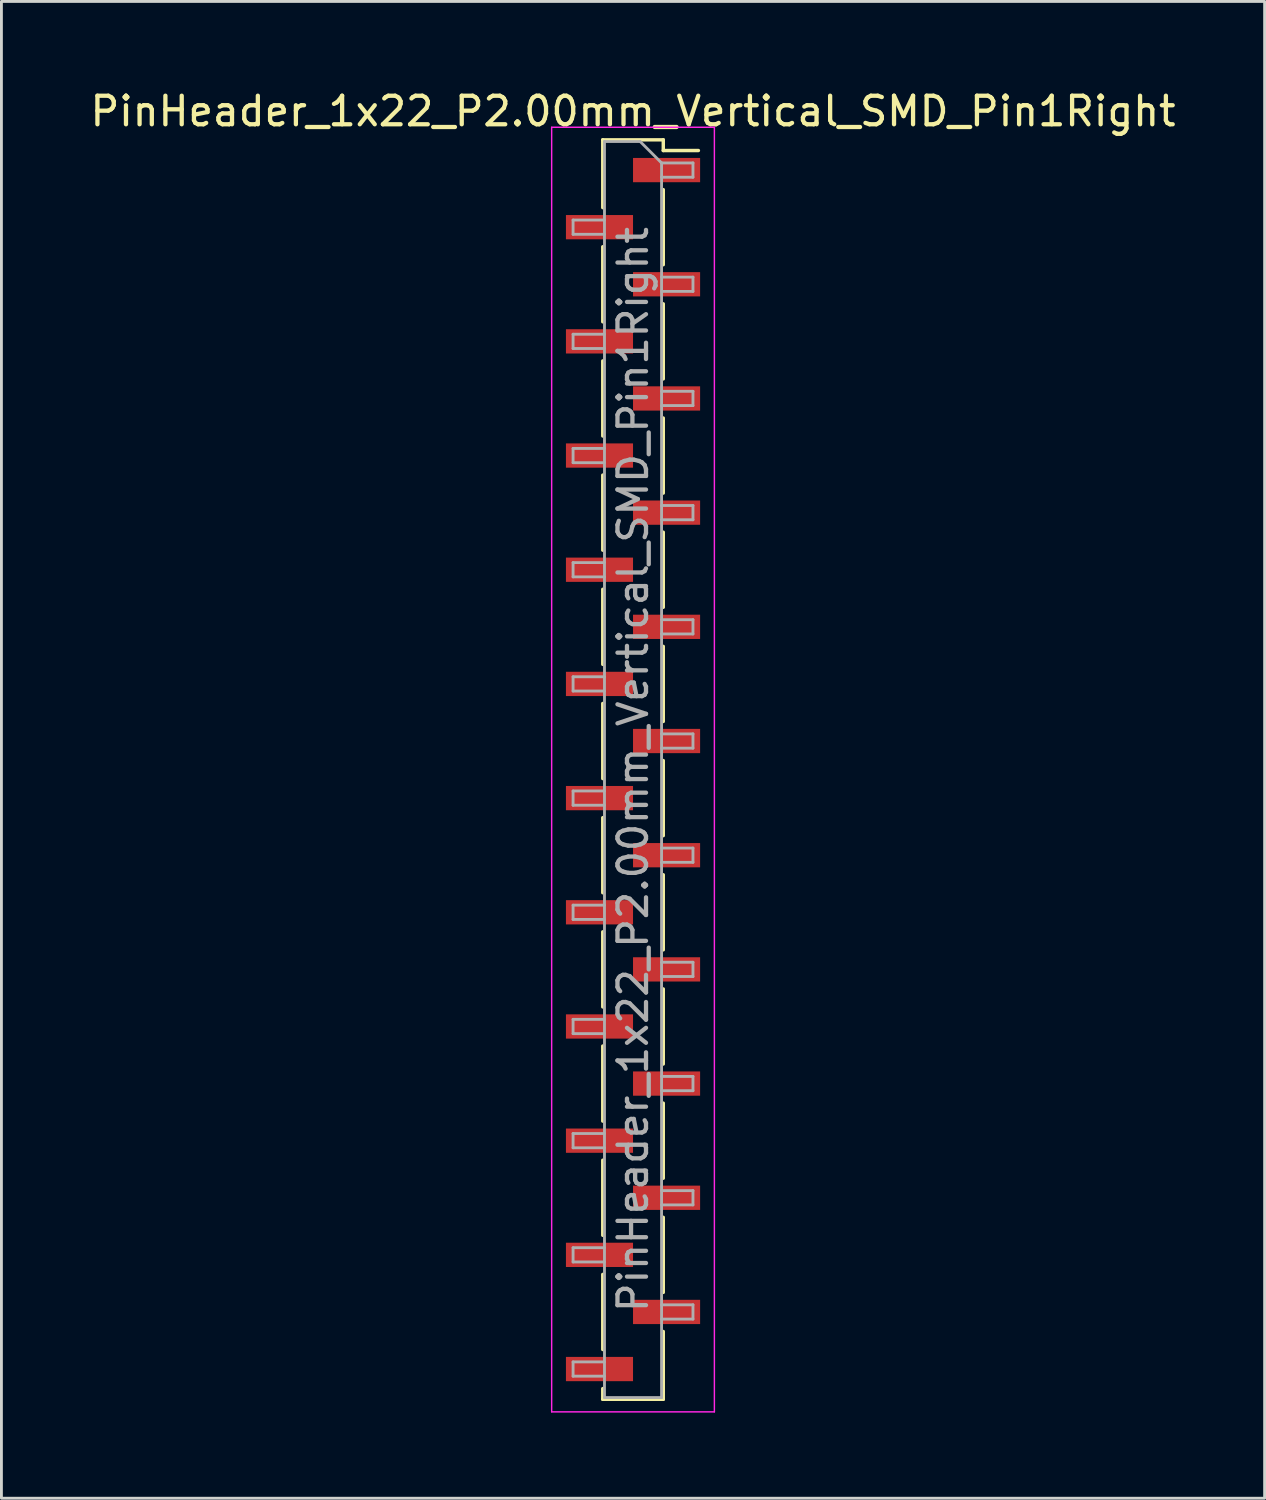
<source format=kicad_pcb>
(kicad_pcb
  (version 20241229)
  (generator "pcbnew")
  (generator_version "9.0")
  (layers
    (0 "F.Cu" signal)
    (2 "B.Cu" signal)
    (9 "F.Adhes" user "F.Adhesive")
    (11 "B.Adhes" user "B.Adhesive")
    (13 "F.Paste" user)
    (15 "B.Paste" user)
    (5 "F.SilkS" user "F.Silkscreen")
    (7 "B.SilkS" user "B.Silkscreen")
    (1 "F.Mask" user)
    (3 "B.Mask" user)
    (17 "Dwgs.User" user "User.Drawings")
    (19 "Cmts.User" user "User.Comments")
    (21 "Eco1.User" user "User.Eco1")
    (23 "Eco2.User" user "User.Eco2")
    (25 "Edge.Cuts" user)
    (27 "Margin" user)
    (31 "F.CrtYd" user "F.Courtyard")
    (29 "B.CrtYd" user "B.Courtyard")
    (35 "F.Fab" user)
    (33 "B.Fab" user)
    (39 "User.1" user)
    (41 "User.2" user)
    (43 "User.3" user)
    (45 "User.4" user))
  (footprint "PinHeader_1x22_P2.00mm_Vertical_SMD_Pin1Right"
    (layer "F.Cu")
    (at 19.125 23.908)
    (property "Reference" "PinHeader_1x22_P2.00mm_Vertical_SMD_Pin1Right" (at 0 -23.06 0) (layer "F.SilkS") (effects (font (size 1 1) (thickness 0.15))))
    (attr smd)
    (fp_line (start -1.06 -22.06) (end -1.06 -19.685) (stroke (width 0.12) (type solid)) (layer "F.SilkS"))
    (fp_line (start -1.06 -22.06) (end 1.06 -22.06) (stroke (width 0.12) (type solid)) (layer "F.SilkS"))
    (fp_line (start -1.06 -18.315) (end -1.06 -15.685) (stroke (width 0.12) (type solid)) (layer "F.SilkS"))
    (fp_line (start -1.06 -14.315) (end -1.06 -11.685) (stroke (width 0.12) (type solid)) (layer "F.SilkS"))
    (fp_line (start -1.06 -10.315) (end -1.06 -7.685) (stroke (width 0.12) (type solid)) (layer "F.SilkS"))
    (fp_line (start -1.06 -6.315) (end -1.06 -3.685) (stroke (width 0.12) (type solid)) (layer "F.SilkS"))
    (fp_line (start -1.06 -2.315) (end -1.06 0.315) (stroke (width 0.12) (type solid)) (layer "F.SilkS"))
    (fp_line (start -1.06 1.685) (end -1.06 4.315) (stroke (width 0.12) (type solid)) (layer "F.SilkS"))
    (fp_line (start -1.06 5.685) (end -1.06 8.315) (stroke (width 0.12) (type solid)) (layer "F.SilkS"))
    (fp_line (start -1.06 9.685) (end -1.06 12.315) (stroke (width 0.12) (type solid)) (layer "F.SilkS"))
    (fp_line (start -1.06 13.685) (end -1.06 16.315) (stroke (width 0.12) (type solid)) (layer "F.SilkS"))
    (fp_line (start -1.06 17.685) (end -1.06 20.315) (stroke (width 0.12) (type solid)) (layer "F.SilkS"))
    (fp_line (start -1.06 21.685) (end -1.06 22.06) (stroke (width 0.12) (type solid)) (layer "F.SilkS"))
    (fp_line (start -1.06 22.06) (end 1.06 22.06) (stroke (width 0.12) (type solid)) (layer "F.SilkS"))
    (fp_line (start 1.06 -22.06) (end 1.06 -21.685) (stroke (width 0.12) (type solid)) (layer "F.SilkS"))
    (fp_line (start 1.06 -21.685) (end 2.29 -21.685) (stroke (width 0.12) (type solid)) (layer "F.SilkS"))
    (fp_line (start 1.06 -20.315) (end 1.06 -17.685) (stroke (width 0.12) (type solid)) (layer "F.SilkS"))
    (fp_line (start 1.06 -16.315) (end 1.06 -13.685) (stroke (width 0.12) (type solid)) (layer "F.SilkS"))
    (fp_line (start 1.06 -12.315) (end 1.06 -9.685) (stroke (width 0.12) (type solid)) (layer "F.SilkS"))
    (fp_line (start 1.06 -8.315) (end 1.06 -5.685) (stroke (width 0.12) (type solid)) (layer "F.SilkS"))
    (fp_line (start 1.06 -4.315) (end 1.06 -1.685) (stroke (width 0.12) (type solid)) (layer "F.SilkS"))
    (fp_line (start 1.06 -0.315) (end 1.06 2.315) (stroke (width 0.12) (type solid)) (layer "F.SilkS"))
    (fp_line (start 1.06 3.685) (end 1.06 6.315) (stroke (width 0.12) (type solid)) (layer "F.SilkS"))
    (fp_line (start 1.06 7.685) (end 1.06 10.315) (stroke (width 0.12) (type solid)) (layer "F.SilkS"))
    (fp_line (start 1.06 11.685) (end 1.06 14.315) (stroke (width 0.12) (type solid)) (layer "F.SilkS"))
    (fp_line (start 1.06 15.685) (end 1.06 18.315) (stroke (width 0.12) (type solid)) (layer "F.SilkS"))
    (fp_line (start 1.06 19.685) (end 1.06 22.06) (stroke (width 0.12) (type solid)) (layer "F.SilkS"))
    (fp_line (start -2.85 -22.5) (end -2.85 22.5) (stroke (width 0.05) (type solid)) (layer "F.CrtYd"))
    (fp_line (start -2.85 22.5) (end 2.85 22.5) (stroke (width 0.05) (type solid)) (layer "F.CrtYd"))
    (fp_line (start 2.85 -22.5) (end -2.85 -22.5) (stroke (width 0.05) (type solid)) (layer "F.CrtYd"))
    (fp_line (start 2.85 22.5) (end 2.85 -22.5) (stroke (width 0.05) (type solid)) (layer "F.CrtYd"))
    (fp_line (start -2.1 -19.25) (end -2.1 -18.75) (stroke (width 0.1) (type solid)) (layer "F.Fab"))
    (fp_line (start -2.1 -18.75) (end -1 -18.75) (stroke (width 0.1) (type solid)) (layer "F.Fab"))
    (fp_line (start -2.1 -15.25) (end -2.1 -14.75) (stroke (width 0.1) (type solid)) (layer "F.Fab"))
    (fp_line (start -2.1 -14.75) (end -1 -14.75) (stroke (width 0.1) (type solid)) (layer "F.Fab"))
    (fp_line (start -2.1 -11.25) (end -2.1 -10.75) (stroke (width 0.1) (type solid)) (layer "F.Fab"))
    (fp_line (start -2.1 -10.75) (end -1 -10.75) (stroke (width 0.1) (type solid)) (layer "F.Fab"))
    (fp_line (start -2.1 -7.25) (end -2.1 -6.75) (stroke (width 0.1) (type solid)) (layer "F.Fab"))
    (fp_line (start -2.1 -6.75) (end -1 -6.75) (stroke (width 0.1) (type solid)) (layer "F.Fab"))
    (fp_line (start -2.1 -3.25) (end -2.1 -2.75) (stroke (width 0.1) (type solid)) (layer "F.Fab"))
    (fp_line (start -2.1 -2.75) (end -1 -2.75) (stroke (width 0.1) (type solid)) (layer "F.Fab"))
    (fp_line (start -2.1 0.75) (end -2.1 1.25) (stroke (width 0.1) (type solid)) (layer "F.Fab"))
    (fp_line (start -2.1 1.25) (end -1 1.25) (stroke (width 0.1) (type solid)) (layer "F.Fab"))
    (fp_line (start -2.1 4.75) (end -2.1 5.25) (stroke (width 0.1) (type solid)) (layer "F.Fab"))
    (fp_line (start -2.1 5.25) (end -1 5.25) (stroke (width 0.1) (type solid)) (layer "F.Fab"))
    (fp_line (start -2.1 8.75) (end -2.1 9.25) (stroke (width 0.1) (type solid)) (layer "F.Fab"))
    (fp_line (start -2.1 9.25) (end -1 9.25) (stroke (width 0.1) (type solid)) (layer "F.Fab"))
    (fp_line (start -2.1 12.75) (end -2.1 13.25) (stroke (width 0.1) (type solid)) (layer "F.Fab"))
    (fp_line (start -2.1 13.25) (end -1 13.25) (stroke (width 0.1) (type solid)) (layer "F.Fab"))
    (fp_line (start -2.1 16.75) (end -2.1 17.25) (stroke (width 0.1) (type solid)) (layer "F.Fab"))
    (fp_line (start -2.1 17.25) (end -1 17.25) (stroke (width 0.1) (type solid)) (layer "F.Fab"))
    (fp_line (start -2.1 20.75) (end -2.1 21.25) (stroke (width 0.1) (type solid)) (layer "F.Fab"))
    (fp_line (start -2.1 21.25) (end -1 21.25) (stroke (width 0.1) (type solid)) (layer "F.Fab"))
    (fp_line (start -1 -22) (end -1 22) (stroke (width 0.1) (type solid)) (layer "F.Fab"))
    (fp_line (start -1 -22) (end 0.25 -22) (stroke (width 0.1) (type solid)) (layer "F.Fab"))
    (fp_line (start -1 -19.25) (end -2.1 -19.25) (stroke (width 0.1) (type solid)) (layer "F.Fab"))
    (fp_line (start -1 -15.25) (end -2.1 -15.25) (stroke (width 0.1) (type solid)) (layer "F.Fab"))
    (fp_line (start -1 -11.25) (end -2.1 -11.25) (stroke (width 0.1) (type solid)) (layer "F.Fab"))
    (fp_line (start -1 -7.25) (end -2.1 -7.25) (stroke (width 0.1) (type solid)) (layer "F.Fab"))
    (fp_line (start -1 -3.25) (end -2.1 -3.25) (stroke (width 0.1) (type solid)) (layer "F.Fab"))
    (fp_line (start -1 0.75) (end -2.1 0.75) (stroke (width 0.1) (type solid)) (layer "F.Fab"))
    (fp_line (start -1 4.75) (end -2.1 4.75) (stroke (width 0.1) (type solid)) (layer "F.Fab"))
    (fp_line (start -1 8.75) (end -2.1 8.75) (stroke (width 0.1) (type solid)) (layer "F.Fab"))
    (fp_line (start -1 12.75) (end -2.1 12.75) (stroke (width 0.1) (type solid)) (layer "F.Fab"))
    (fp_line (start -1 16.75) (end -2.1 16.75) (stroke (width 0.1) (type solid)) (layer "F.Fab"))
    (fp_line (start -1 20.75) (end -2.1 20.75) (stroke (width 0.1) (type solid)) (layer "F.Fab"))
    (fp_line (start 1 -21.25) (end 0.25 -22) (stroke (width 0.1) (type solid)) (layer "F.Fab"))
    (fp_line (start 1 -21.25) (end 2.1 -21.25) (stroke (width 0.1) (type solid)) (layer "F.Fab"))
    (fp_line (start 1 -17.25) (end 2.1 -17.25) (stroke (width 0.1) (type solid)) (layer "F.Fab"))
    (fp_line (start 1 -13.25) (end 2.1 -13.25) (stroke (width 0.1) (type solid)) (layer "F.Fab"))
    (fp_line (start 1 -9.25) (end 2.1 -9.25) (stroke (width 0.1) (type solid)) (layer "F.Fab"))
    (fp_line (start 1 -5.25) (end 2.1 -5.25) (stroke (width 0.1) (type solid)) (layer "F.Fab"))
    (fp_line (start 1 -1.25) (end 2.1 -1.25) (stroke (width 0.1) (type solid)) (layer "F.Fab"))
    (fp_line (start 1 2.75) (end 2.1 2.75) (stroke (width 0.1) (type solid)) (layer "F.Fab"))
    (fp_line (start 1 6.75) (end 2.1 6.75) (stroke (width 0.1) (type solid)) (layer "F.Fab"))
    (fp_line (start 1 10.75) (end 2.1 10.75) (stroke (width 0.1) (type solid)) (layer "F.Fab"))
    (fp_line (start 1 14.75) (end 2.1 14.75) (stroke (width 0.1) (type solid)) (layer "F.Fab"))
    (fp_line (start 1 18.75) (end 2.1 18.75) (stroke (width 0.1) (type solid)) (layer "F.Fab"))
    (fp_line (start 1 22) (end -1 22) (stroke (width 0.1) (type solid)) (layer "F.Fab"))
    (fp_line (start 1 22) (end 1 -21.25) (stroke (width 0.1) (type solid)) (layer "F.Fab"))
    (fp_line (start 2.1 -21.25) (end 2.1 -20.75) (stroke (width 0.1) (type solid)) (layer "F.Fab"))
    (fp_line (start 2.1 -20.75) (end 1 -20.75) (stroke (width 0.1) (type solid)) (layer "F.Fab"))
    (fp_line (start 2.1 -17.25) (end 2.1 -16.75) (stroke (width 0.1) (type solid)) (layer "F.Fab"))
    (fp_line (start 2.1 -16.75) (end 1 -16.75) (stroke (width 0.1) (type solid)) (layer "F.Fab"))
    (fp_line (start 2.1 -13.25) (end 2.1 -12.75) (stroke (width 0.1) (type solid)) (layer "F.Fab"))
    (fp_line (start 2.1 -12.75) (end 1 -12.75) (stroke (width 0.1) (type solid)) (layer "F.Fab"))
    (fp_line (start 2.1 -9.25) (end 2.1 -8.75) (stroke (width 0.1) (type solid)) (layer "F.Fab"))
    (fp_line (start 2.1 -8.75) (end 1 -8.75) (stroke (width 0.1) (type solid)) (layer "F.Fab"))
    (fp_line (start 2.1 -5.25) (end 2.1 -4.75) (stroke (width 0.1) (type solid)) (layer "F.Fab"))
    (fp_line (start 2.1 -4.75) (end 1 -4.75) (stroke (width 0.1) (type solid)) (layer "F.Fab"))
    (fp_line (start 2.1 -1.25) (end 2.1 -0.75) (stroke (width 0.1) (type solid)) (layer "F.Fab"))
    (fp_line (start 2.1 -0.75) (end 1 -0.75) (stroke (width 0.1) (type solid)) (layer "F.Fab"))
    (fp_line (start 2.1 2.75) (end 2.1 3.25) (stroke (width 0.1) (type solid)) (layer "F.Fab"))
    (fp_line (start 2.1 3.25) (end 1 3.25) (stroke (width 0.1) (type solid)) (layer "F.Fab"))
    (fp_line (start 2.1 6.75) (end 2.1 7.25) (stroke (width 0.1) (type solid)) (layer "F.Fab"))
    (fp_line (start 2.1 7.25) (end 1 7.25) (stroke (width 0.1) (type solid)) (layer "F.Fab"))
    (fp_line (start 2.1 10.75) (end 2.1 11.25) (stroke (width 0.1) (type solid)) (layer "F.Fab"))
    (fp_line (start 2.1 11.25) (end 1 11.25) (stroke (width 0.1) (type solid)) (layer "F.Fab"))
    (fp_line (start 2.1 14.75) (end 2.1 15.25) (stroke (width 0.1) (type solid)) (layer "F.Fab"))
    (fp_line (start 2.1 15.25) (end 1 15.25) (stroke (width 0.1) (type solid)) (layer "F.Fab"))
    (fp_line (start 2.1 18.75) (end 2.1 19.25) (stroke (width 0.1) (type solid)) (layer "F.Fab"))
    (fp_line (start 2.1 19.25) (end 1 19.25) (stroke (width 0.1) (type solid)) (layer "F.Fab"))
    (fp_text user "${REFERENCE}" (at 0 0 90) (layer "F.Fab") (effects (font (size 1 1) (thickness 0.15))))
    (pad "1" smd rect (at 1.175 -21) (size 2.35 0.85) (layers "F.Cu" "F.Mask" "F.Paste"))
    (pad "2" smd rect (at -1.175 -19) (size 2.35 0.85) (layers "F.Cu" "F.Mask" "F.Paste"))
    (pad "3" smd rect (at 1.175 -17) (size 2.35 0.85) (layers "F.Cu" "F.Mask" "F.Paste"))
    (pad "4" smd rect (at -1.175 -15) (size 2.35 0.85) (layers "F.Cu" "F.Mask" "F.Paste"))
    (pad "5" smd rect (at 1.175 -13) (size 2.35 0.85) (layers "F.Cu" "F.Mask" "F.Paste"))
    (pad "6" smd rect (at -1.175 -11) (size 2.35 0.85) (layers "F.Cu" "F.Mask" "F.Paste"))
    (pad "7" smd rect (at 1.175 -9) (size 2.35 0.85) (layers "F.Cu" "F.Mask" "F.Paste"))
    (pad "8" smd rect (at -1.175 -7) (size 2.35 0.85) (layers "F.Cu" "F.Mask" "F.Paste"))
    (pad "9" smd rect (at 1.175 -5) (size 2.35 0.85) (layers "F.Cu" "F.Mask" "F.Paste"))
    (pad "10" smd rect (at -1.175 -3) (size 2.35 0.85) (layers "F.Cu" "F.Mask" "F.Paste"))
    (pad "11" smd rect (at 1.175 -1) (size 2.35 0.85) (layers "F.Cu" "F.Mask" "F.Paste"))
    (pad "12" smd rect (at -1.175 1) (size 2.35 0.85) (layers "F.Cu" "F.Mask" "F.Paste"))
    (pad "13" smd rect (at 1.175 3) (size 2.35 0.85) (layers "F.Cu" "F.Mask" "F.Paste"))
    (pad "14" smd rect (at -1.175 5) (size 2.35 0.85) (layers "F.Cu" "F.Mask" "F.Paste"))
    (pad "15" smd rect (at 1.175 7) (size 2.35 0.85) (layers "F.Cu" "F.Mask" "F.Paste"))
    (pad "16" smd rect (at -1.175 9) (size 2.35 0.85) (layers "F.Cu" "F.Mask" "F.Paste"))
    (pad "17" smd rect (at 1.175 11) (size 2.35 0.85) (layers "F.Cu" "F.Mask" "F.Paste"))
    (pad "18" smd rect (at -1.175 13) (size 2.35 0.85) (layers "F.Cu" "F.Mask" "F.Paste"))
    (pad "19" smd rect (at 1.175 15) (size 2.35 0.85) (layers "F.Cu" "F.Mask" "F.Paste"))
    (pad "20" smd rect (at -1.175 17) (size 2.35 0.85) (layers "F.Cu" "F.Mask" "F.Paste"))
    (pad "21" smd rect (at 1.175 19) (size 2.35 0.85) (layers "F.Cu" "F.Mask" "F.Paste"))
    (pad "22" smd rect (at -1.175 21) (size 2.35 0.85) (layers "F.Cu" "F.Mask" "F.Paste")))
  (gr_rect
    (start -3 -3)
    (end 41.25 49.433)
    (stroke (width 0.1) (type default))
    (fill no)
    (layer "Edge.Cuts")))
</source>
